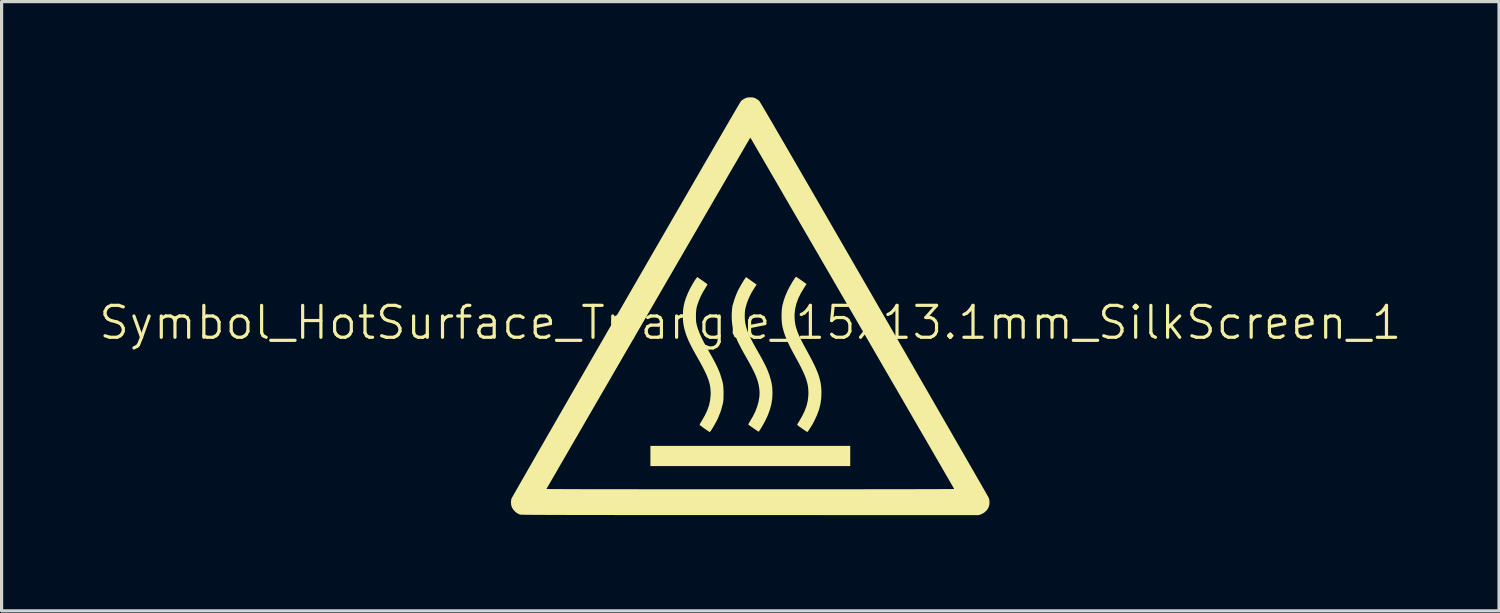
<source format=kicad_pcb>
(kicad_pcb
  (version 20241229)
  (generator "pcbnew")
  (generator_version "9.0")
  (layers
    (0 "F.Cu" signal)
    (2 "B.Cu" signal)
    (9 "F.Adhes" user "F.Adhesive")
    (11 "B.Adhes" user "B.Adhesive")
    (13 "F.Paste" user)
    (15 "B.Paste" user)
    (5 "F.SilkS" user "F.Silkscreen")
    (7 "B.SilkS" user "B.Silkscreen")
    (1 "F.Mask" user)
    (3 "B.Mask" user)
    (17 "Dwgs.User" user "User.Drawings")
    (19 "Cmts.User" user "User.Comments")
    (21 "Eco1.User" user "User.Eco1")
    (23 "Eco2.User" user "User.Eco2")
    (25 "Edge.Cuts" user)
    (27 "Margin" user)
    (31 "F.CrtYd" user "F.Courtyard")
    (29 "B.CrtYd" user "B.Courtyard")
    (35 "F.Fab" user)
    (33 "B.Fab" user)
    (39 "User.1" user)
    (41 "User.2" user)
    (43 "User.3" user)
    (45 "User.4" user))
  (footprint "Symbol_HotSurface_Triangle_15x13.1mm_SilkScreen_1"
    (layer "F.Cu")
    (at 20.455 7.558)
    (property "Reference" "Symbol_HotSurface_Triangle_15x13.1mm_SilkScreen_1" (at 0 -0.5 0) (unlocked yes) (layer "F.SilkS") (effects (font (size 1 1) (thickness 0.1))))
    (fp_poly (pts (xy 3.13 3.677) (xy 3.13 3.993) (xy 0 3.993) (xy -3.13 3.993) (xy -3.13 3.677) (xy -3.13 3.36) (xy 0 3.36) (xy 3.13 3.36)) (stroke (width 0) (type solid)) (fill yes) (layer "F.SilkS"))
    (fp_poly (pts (xy 0.033 -1.81) (xy 0.198 -1.691) (xy 0.126 -1.584) (xy 0.032 -1.43) (xy -0.046 -1.271) (xy -0.108 -1.113) (xy -0.151 -0.96) (xy -0.158 -0.926) (xy -0.172 -0.821) (xy -0.175 -0.704) (xy -0.17 -0.585) (xy -0.155 -0.473) (xy -0.152 -0.457) (xy -0.136 -0.388) (xy -0.117 -0.319) (xy -0.095 -0.25) (xy -0.067 -0.177) (xy -0.032 -0.099) (xy 0.009 -0.012) (xy 0.06 0.086) (xy 0.119 0.197) (xy 0.19 0.323) (xy 0.244 0.418) (xy 0.32 0.553) (xy 0.385 0.671) (xy 0.439 0.775) (xy 0.486 0.869) (xy 0.525 0.954) (xy 0.558 1.035) (xy 0.588 1.114) (xy 0.603 1.16) (xy 0.643 1.295) (xy 0.671 1.418) (xy 0.687 1.54) (xy 0.694 1.667) (xy 0.695 1.708) (xy 0.686 1.885) (xy 0.658 2.059) (xy 0.611 2.233) (xy 0.544 2.41) (xy 0.477 2.555) (xy 0.444 2.617) (xy 0.409 2.681) (xy 0.373 2.744) (xy 0.339 2.801) (xy 0.308 2.85) (xy 0.283 2.888) (xy 0.265 2.91) (xy 0.258 2.915) (xy 0.247 2.909) (xy 0.219 2.891) (xy 0.18 2.864) (xy 0.131 2.831) (xy 0.099 2.809) (xy 0.047 2.772) (xy 0.001 2.739) (xy -0.035 2.714) (xy -0.057 2.697) (xy -0.062 2.693) (xy -0.06 2.68) (xy -0.047 2.652) (xy -0.026 2.614) (xy -0.008 2.585) (xy 0.083 2.432) (xy 0.159 2.276) (xy 0.218 2.12) (xy 0.26 1.966) (xy 0.284 1.819) (xy 0.29 1.68) (xy 0.288 1.653) (xy 0.279 1.558) (xy 0.264 1.464) (xy 0.242 1.371) (xy 0.213 1.274) (xy 0.174 1.172) (xy 0.126 1.062) (xy 0.066 0.941) (xy -0.005 0.807) (xy -0.088 0.658) (xy -0.108 0.623) (xy -0.197 0.467) (xy -0.274 0.327) (xy -0.339 0.201) (xy -0.395 0.088) (xy -0.441 -0.016) (xy -0.479 -0.113) (xy -0.51 -0.205) (xy -0.534 -0.294) (xy -0.554 -0.384) (xy -0.57 -0.476) (xy -0.58 -0.577) (xy -0.584 -0.69) (xy -0.581 -0.806) (xy -0.573 -0.916) (xy -0.558 -1.012) (xy -0.557 -1.018) (xy -0.531 -1.121) (xy -0.496 -1.235) (xy -0.454 -1.351) (xy -0.408 -1.46) (xy -0.383 -1.513) (xy -0.352 -1.573) (xy -0.314 -1.642) (xy -0.273 -1.713) (xy -0.232 -1.782) (xy -0.194 -1.842) (xy -0.162 -1.889) (xy -0.153 -1.901) (xy -0.133 -1.928)) (stroke (width 0) (type solid)) (fill yes) (layer "F.SilkS"))
    (fp_poly (pts (xy 1.445 -1.931) (xy 1.472 -1.914) (xy 1.51 -1.888) (xy 1.555 -1.857) (xy 1.603 -1.824) (xy 1.65 -1.79) (xy 1.694 -1.759) (xy 1.729 -1.733) (xy 1.751 -1.715) (xy 1.758 -1.708) (xy 1.752 -1.697) (xy 1.736 -1.671) (xy 1.712 -1.633) (xy 1.687 -1.595) (xy 1.584 -1.425) (xy 1.503 -1.261) (xy 1.444 -1.099) (xy 1.406 -0.939) (xy 1.387 -0.779) (xy 1.387 -0.654) (xy 1.392 -0.568) (xy 1.403 -0.485) (xy 1.419 -0.401) (xy 1.443 -0.316) (xy 1.473 -0.225) (xy 1.513 -0.127) (xy 1.562 -0.02) (xy 1.621 0.099) (xy 1.691 0.233) (xy 1.774 0.384) (xy 1.776 0.389) (xy 1.869 0.558) (xy 1.949 0.711) (xy 2.016 0.849) (xy 2.073 0.975) (xy 2.12 1.091) (xy 2.157 1.2) (xy 2.185 1.305) (xy 2.205 1.407) (xy 2.219 1.509) (xy 2.226 1.613) (xy 2.228 1.702) (xy 2.221 1.879) (xy 2.196 2.051) (xy 2.153 2.222) (xy 2.09 2.394) (xy 2.007 2.573) (xy 2.003 2.581) (xy 1.976 2.632) (xy 1.944 2.689) (xy 1.91 2.746) (xy 1.875 2.801) (xy 1.844 2.85) (xy 1.816 2.89) (xy 1.796 2.916) (xy 1.785 2.926) (xy 1.785 2.926) (xy 1.773 2.919) (xy 1.745 2.901) (xy 1.704 2.874) (xy 1.655 2.841) (xy 1.621 2.817) (xy 1.569 2.78) (xy 1.524 2.748) (xy 1.49 2.722) (xy 1.47 2.705) (xy 1.466 2.7) (xy 1.471 2.687) (xy 1.487 2.658) (xy 1.511 2.618) (xy 1.537 2.577) (xy 1.632 2.412) (xy 1.707 2.254) (xy 1.763 2.1) (xy 1.799 1.948) (xy 1.817 1.794) (xy 1.82 1.708) (xy 1.818 1.616) (xy 1.81 1.528) (xy 1.796 1.44) (xy 1.774 1.351) (xy 1.745 1.257) (xy 1.707 1.156) (xy 1.659 1.047) (xy 1.601 0.926) (xy 1.532 0.791) (xy 1.45 0.64) (xy 1.423 0.592) (xy 1.333 0.427) (xy 1.255 0.278) (xy 1.19 0.143) (xy 1.135 0.02) (xy 1.089 -0.095) (xy 1.052 -0.204) (xy 1.023 -0.309) (xy 1.006 -0.379) (xy 0.991 -0.471) (xy 0.982 -0.577) (xy 0.978 -0.691) (xy 0.98 -0.806) (xy 0.987 -0.915) (xy 1 -1.01) (xy 1.005 -1.037) (xy 1.046 -1.193) (xy 1.098 -1.343) (xy 1.165 -1.495) (xy 1.189 -1.545) (xy 1.222 -1.608) (xy 1.259 -1.674) (xy 1.296 -1.739) (xy 1.333 -1.8) (xy 1.367 -1.853) (xy 1.396 -1.896) (xy 1.418 -1.925) (xy 1.432 -1.938) (xy 1.433 -1.938)) (stroke (width 0) (type solid)) (fill yes) (layer "F.SilkS"))
    (fp_poly (pts (xy -1.649 -1.92) (xy -1.622 -1.902) (xy -1.585 -1.876) (xy -1.54 -1.845) (xy -1.491 -1.812) (xy -1.444 -1.778) (xy -1.402 -1.747) (xy -1.368 -1.722) (xy -1.347 -1.705) (xy -1.344 -1.703) (xy -1.346 -1.691) (xy -1.36 -1.663) (xy -1.382 -1.626) (xy -1.4 -1.596) (xy -1.487 -1.455) (xy -1.562 -1.307) (xy -1.624 -1.158) (xy -1.671 -1.014) (xy -1.684 -0.963) (xy -1.693 -0.905) (xy -1.7 -0.831) (xy -1.703 -0.749) (xy -1.704 -0.665) (xy -1.701 -0.586) (xy -1.696 -0.518) (xy -1.689 -0.478) (xy -1.663 -0.374) (xy -1.628 -0.267) (xy -1.584 -0.155) (xy -1.53 -0.034) (xy -1.464 0.098) (xy -1.386 0.245) (xy -1.333 0.337) (xy -1.256 0.473) (xy -1.19 0.591) (xy -1.134 0.695) (xy -1.086 0.786) (xy -1.046 0.867) (xy -1.012 0.941) (xy -0.982 1.01) (xy -0.956 1.076) (xy -0.933 1.143) (xy -0.923 1.175) (xy -0.893 1.27) (xy -0.871 1.351) (xy -0.856 1.424) (xy -0.846 1.498) (xy -0.841 1.577) (xy -0.838 1.671) (xy -0.838 1.719) (xy -0.839 1.803) (xy -0.84 1.869) (xy -0.843 1.923) (xy -0.849 1.969) (xy -0.856 2.015) (xy -0.865 2.057) (xy -0.924 2.268) (xy -1.005 2.474) (xy -1.042 2.552) (xy -1.074 2.613) (xy -1.109 2.677) (xy -1.145 2.74) (xy -1.18 2.799) (xy -1.212 2.85) (xy -1.24 2.891) (xy -1.26 2.917) (xy -1.271 2.926) (xy -1.285 2.919) (xy -1.314 2.901) (xy -1.354 2.874) (xy -1.402 2.841) (xy -1.424 2.826) (xy -1.475 2.789) (xy -1.52 2.756) (xy -1.556 2.73) (xy -1.577 2.714) (xy -1.581 2.71) (xy -1.586 2.701) (xy -1.584 2.686) (xy -1.574 2.662) (xy -1.553 2.626) (xy -1.522 2.575) (xy -1.517 2.568) (xy -1.422 2.402) (xy -1.347 2.242) (xy -1.293 2.086) (xy -1.259 1.931) (xy -1.244 1.775) (xy -1.242 1.72) (xy -1.245 1.631) (xy -1.252 1.546) (xy -1.265 1.462) (xy -1.285 1.377) (xy -1.313 1.287) (xy -1.349 1.192) (xy -1.394 1.088) (xy -1.45 0.973) (xy -1.517 0.845) (xy -1.595 0.702) (xy -1.653 0.6) (xy -1.729 0.465) (xy -1.794 0.347) (xy -1.849 0.243) (xy -1.895 0.15) (xy -1.935 0.066) (xy -1.968 -0.012) (xy -1.998 -0.088) (xy -2.015 -0.136) (xy -2.057 -0.272) (xy -2.087 -0.398) (xy -2.105 -0.522) (xy -2.113 -0.653) (xy -2.114 -0.719) (xy -2.108 -0.865) (xy -2.091 -1.004) (xy -2.061 -1.14) (xy -2.017 -1.277) (xy -1.957 -1.423) (xy -1.911 -1.522) (xy -1.879 -1.583) (xy -1.844 -1.649) (xy -1.806 -1.714) (xy -1.769 -1.776) (xy -1.735 -1.831) (xy -1.704 -1.876) (xy -1.68 -1.909) (xy -1.664 -1.925) (xy -1.661 -1.926)) (stroke (width 0) (type solid)) (fill yes) (layer "F.SilkS"))
    (fp_poly (pts (xy 0.054 -7.557) (xy 0.094 -7.552) (xy 0.129 -7.542) (xy 0.166 -7.525) (xy 0.212 -7.499) (xy 0.257 -7.466) (xy 0.279 -7.446) (xy 0.287 -7.435) (xy 0.304 -7.409) (xy 0.329 -7.367) (xy 0.363 -7.31) (xy 0.407 -7.237) (xy 0.459 -7.148) (xy 0.521 -7.043) (xy 0.592 -6.922) (xy 0.673 -6.784) (xy 0.763 -6.629) (xy 0.863 -6.457) (xy 0.973 -6.268) (xy 1.093 -6.062) (xy 1.222 -5.839) (xy 1.362 -5.597) (xy 1.513 -5.338) (xy 1.673 -5.06) (xy 1.845 -4.765) (xy 2.027 -4.45) (xy 2.219 -4.117) (xy 2.423 -3.765) (xy 2.637 -3.394) (xy 2.863 -3.004) (xy 3.1 -2.594) (xy 3.348 -2.164) (xy 3.608 -1.714) (xy 3.879 -1.245) (xy 3.885 -1.233) (xy 4.089 -0.88) (xy 4.291 -0.531) (xy 4.489 -0.188) (xy 4.683 0.149) (xy 4.874 0.479) (xy 5.06 0.802) (xy 5.242 1.118) (xy 5.419 1.425) (xy 5.592 1.724) (xy 5.758 2.013) (xy 5.919 2.292) (xy 6.074 2.561) (xy 6.223 2.818) (xy 6.365 3.065) (xy 6.499 3.299) (xy 6.627 3.52) (xy 6.747 3.728) (xy 6.858 3.922) (xy 6.962 4.102) (xy 7.057 4.267) (xy 7.142 4.416) (xy 7.219 4.549) (xy 7.286 4.666) (xy 7.343 4.765) (xy 7.39 4.847) (xy 7.426 4.911) (xy 7.452 4.955) (xy 7.466 4.98) (xy 7.469 4.986) (xy 7.485 5.041) (xy 7.492 5.108) (xy 7.491 5.179) (xy 7.48 5.242) (xy 7.48 5.243) (xy 7.446 5.321) (xy 7.393 5.392) (xy 7.325 5.452) (xy 7.244 5.497) (xy 7.226 5.504) (xy 7.161 5.529) (xy -0.003 5.528) (xy -0.507 5.528) (xy -0.988 5.528) (xy -1.446 5.528) (xy -1.882 5.528) (xy -2.297 5.528) (xy -2.691 5.527) (xy -3.065 5.527) (xy -3.418 5.527) (xy -3.752 5.527) (xy -4.067 5.527) (xy -4.364 5.526) (xy -4.642 5.526) (xy -4.903 5.526) (xy -5.147 5.526) (xy -5.374 5.525) (xy -5.586 5.525) (xy -5.782 5.524) (xy -5.963 5.524) (xy -6.129 5.524) (xy -6.281 5.523) (xy -6.42 5.522) (xy -6.546 5.522) (xy -6.659 5.521) (xy -6.76 5.521) (xy -6.849 5.52) (xy -6.928 5.519) (xy -6.996 5.519) (xy -7.053 5.518) (xy -7.102 5.517) (xy -7.141 5.516) (xy -7.171 5.515) (xy -7.194 5.514) (xy -7.208 5.513) (xy -7.216 5.512) (xy -7.217 5.512) (xy -7.294 5.476) (xy -7.366 5.423) (xy -7.427 5.356) (xy -7.469 5.285) (xy -7.492 5.209) (xy -7.499 5.126) (xy -7.491 5.046) (xy -7.482 5.013) (xy -7.475 4.999) (xy -7.456 4.965) (xy -7.427 4.913) (xy -7.387 4.842) (xy -7.336 4.753) (xy -7.312 4.71) (xy -6.386 4.71) (xy -6.375 4.711) (xy -6.341 4.711) (xy -6.284 4.712) (xy -6.207 4.712) (xy -6.108 4.713) (xy -5.99 4.713) (xy -5.852 4.714) (xy -5.695 4.715) (xy -5.52 4.715) (xy -5.328 4.716) (xy -5.119 4.716) (xy -4.895 4.716) (xy -4.654 4.717) (xy -4.399 4.717) (xy -4.13 4.718) (xy -3.848 4.718) (xy -3.553 4.718) (xy -3.245 4.719) (xy -2.927 4.719) (xy -2.598 4.719) (xy -2.259 4.719) (xy -1.91 4.72) (xy -1.553 4.72) (xy -1.188 4.72) (xy -0.815 4.72) (xy -0.436 4.72) (xy -0.051 4.72) (xy 0 4.72) (xy 0.4 4.72) (xy 0.793 4.72) (xy 1.178 4.72) (xy 1.554 4.72) (xy 1.921 4.72) (xy 2.277 4.719) (xy 2.624 4.719) (xy 2.959 4.719) (xy 3.283 4.719) (xy 3.594 4.718) (xy 3.892 4.718) (xy 4.177 4.718) (xy 4.447 4.717) (xy 4.702 4.717) (xy 4.942 4.716) (xy 5.166 4.716) (xy 5.373 4.715) (xy 5.563 4.715) (xy 5.734 4.714) (xy 5.887 4.714) (xy 6.021 4.713) (xy 6.135 4.713) (xy 6.229 4.712) (xy 6.301 4.712) (xy 6.352 4.711) (xy 6.38 4.71) (xy 6.386 4.71) (xy 6.38 4.698) (xy 6.362 4.668) (xy 6.334 4.618) (xy 6.294 4.55) (xy 6.245 4.465) (xy 6.186 4.363) (xy 6.118 4.245) (xy 6.041 4.112) (xy 5.956 3.964) (xy 5.862 3.803) (xy 5.761 3.628) (xy 5.653 3.441) (xy 5.538 3.242) (xy 5.416 3.033) (xy 5.288 2.813) (xy 5.155 2.583) (xy 5.017 2.345) (xy 4.874 2.098) (xy 4.727 1.844) (xy 4.576 1.583) (xy 4.421 1.317) (xy 4.263 1.045) (xy 4.103 0.768) (xy 3.94 0.487) (xy 3.776 0.204) (xy 3.61 -0.083) (xy 3.442 -0.371) (xy 3.275 -0.66) (xy 3.107 -0.949) (xy 2.939 -1.238) (xy 2.772 -1.526) (xy 2.606 -1.812) (xy 2.442 -2.095) (xy 2.279 -2.375) (xy 2.119 -2.652) (xy 1.961 -2.923) (xy 1.806 -3.19) (xy 1.655 -3.45) (xy 1.508 -3.704) (xy 1.365 -3.95) (xy 1.227 -4.187) (xy 1.094 -4.416) (xy 0.967 -4.636) (xy 0.846 -4.845) (xy 0.731 -5.043) (xy 0.622 -5.229) (xy 0.522 -5.402) (xy 0.428 -5.563) (xy 0.343 -5.71) (xy 0.266 -5.842) (xy 0.198 -5.958) (xy 0.14 -6.059) (xy 0.091 -6.143) (xy 0.052 -6.21) (xy 0.023 -6.258) (xy 0.006 -6.287) (xy 0 -6.297) (xy -0.006 -6.287) (xy -0.023 -6.258) (xy -0.052 -6.209) (xy -0.091 -6.143) (xy -0.14 -6.059) (xy -0.198 -5.958) (xy -0.266 -5.841) (xy -0.343 -5.709) (xy -0.428 -5.562) (xy -0.522 -5.402) (xy -0.623 -5.228) (xy -0.731 -5.042) (xy -0.846 -4.844) (xy -0.967 -4.635) (xy -1.095 -4.416) (xy -1.228 -4.187) (xy -1.366 -3.949) (xy -1.509 -3.703) (xy -1.656 -3.449) (xy -1.807 -3.189) (xy -1.962 -2.923) (xy -2.119 -2.651) (xy -2.28 -2.374) (xy -2.442 -2.094) (xy -2.607 -1.811) (xy -2.773 -1.525) (xy -2.94 -1.237) (xy -3.107 -0.948) (xy -3.275 -0.658) (xy -3.443 -0.369) (xy -3.61 -0.082) (xy -3.776 0.205) (xy -3.941 0.488) (xy -4.103 0.769) (xy -4.264 1.046) (xy -4.421 1.318) (xy -4.576 1.584) (xy -4.727 1.845) (xy -4.875 2.099) (xy -5.018 2.346) (xy -5.156 2.584) (xy -5.289 2.814) (xy -5.416 3.034) (xy -5.538 3.243) (xy -5.653 3.442) (xy -5.761 3.629) (xy -5.862 3.804) (xy -5.956 3.965) (xy -6.041 4.113) (xy -6.118 4.246) (xy -6.186 4.363) (xy -6.245 4.465) (xy -6.295 4.55) (xy -6.334 4.618) (xy -6.362 4.668) (xy -6.38 4.699) (xy -6.386 4.71) (xy -7.312 4.71) (xy -7.276 4.648) (xy -7.207 4.526) (xy -7.128 4.389) (xy -7.041 4.237) (xy -6.946 4.071) (xy -6.843 3.891) (xy -6.732 3.698) (xy -6.615 3.494) (xy -6.49 3.277) (xy -6.36 3.05) (xy -6.223 2.813) (xy -6.081 2.566) (xy -5.934 2.311) (xy -5.782 2.047) (xy -5.626 1.776) (xy -5.466 1.498) (xy -5.302 1.214) (xy -5.135 0.924) (xy -4.966 0.63) (xy -4.794 0.332) (xy -4.619 0.03) (xy -4.444 -0.275) (xy -4.267 -0.581) (xy -4.089 -0.889) (xy -3.911 -1.198) (xy -3.733 -1.506) (xy -3.555 -1.814) (xy -3.378 -2.121) (xy -3.202 -2.426) (xy -3.028 -2.728) (xy -2.855 -3.026) (xy -2.685 -3.321) (xy -2.517 -3.611) (xy -2.353 -3.896) (xy -2.191 -4.174) (xy -2.034 -4.446) (xy -1.881 -4.71) (xy -1.733 -4.967) (xy -1.589 -5.215) (xy -1.451 -5.453) (xy -1.319 -5.681) (xy -1.193 -5.898) (xy -1.074 -6.104) (xy -0.961 -6.298) (xy -0.856 -6.479) (xy -0.759 -6.647) (xy -0.67 -6.8) (xy -0.589 -6.939) (xy -0.517 -7.062) (xy -0.455 -7.169) (xy -0.402 -7.259) (xy -0.359 -7.331) (xy -0.327 -7.386) (xy -0.305 -7.421) (xy -0.295 -7.437) (xy -0.295 -7.438) (xy -0.263 -7.466) (xy -0.22 -7.496) (xy -0.178 -7.52) (xy -0.135 -7.539) (xy -0.1 -7.551) (xy -0.063 -7.556) (xy -0.014 -7.558) (xy -0.000174 -7.558)) (stroke (width 0) (type solid)) (fill yes) (layer "F.SilkS")))
  (gr_rect
    (start -3 -3)
    (end 43.91 16.087)
    (stroke (width 0.1) (type default))
    (fill no)
    (layer "Edge.Cuts")))
</source>
